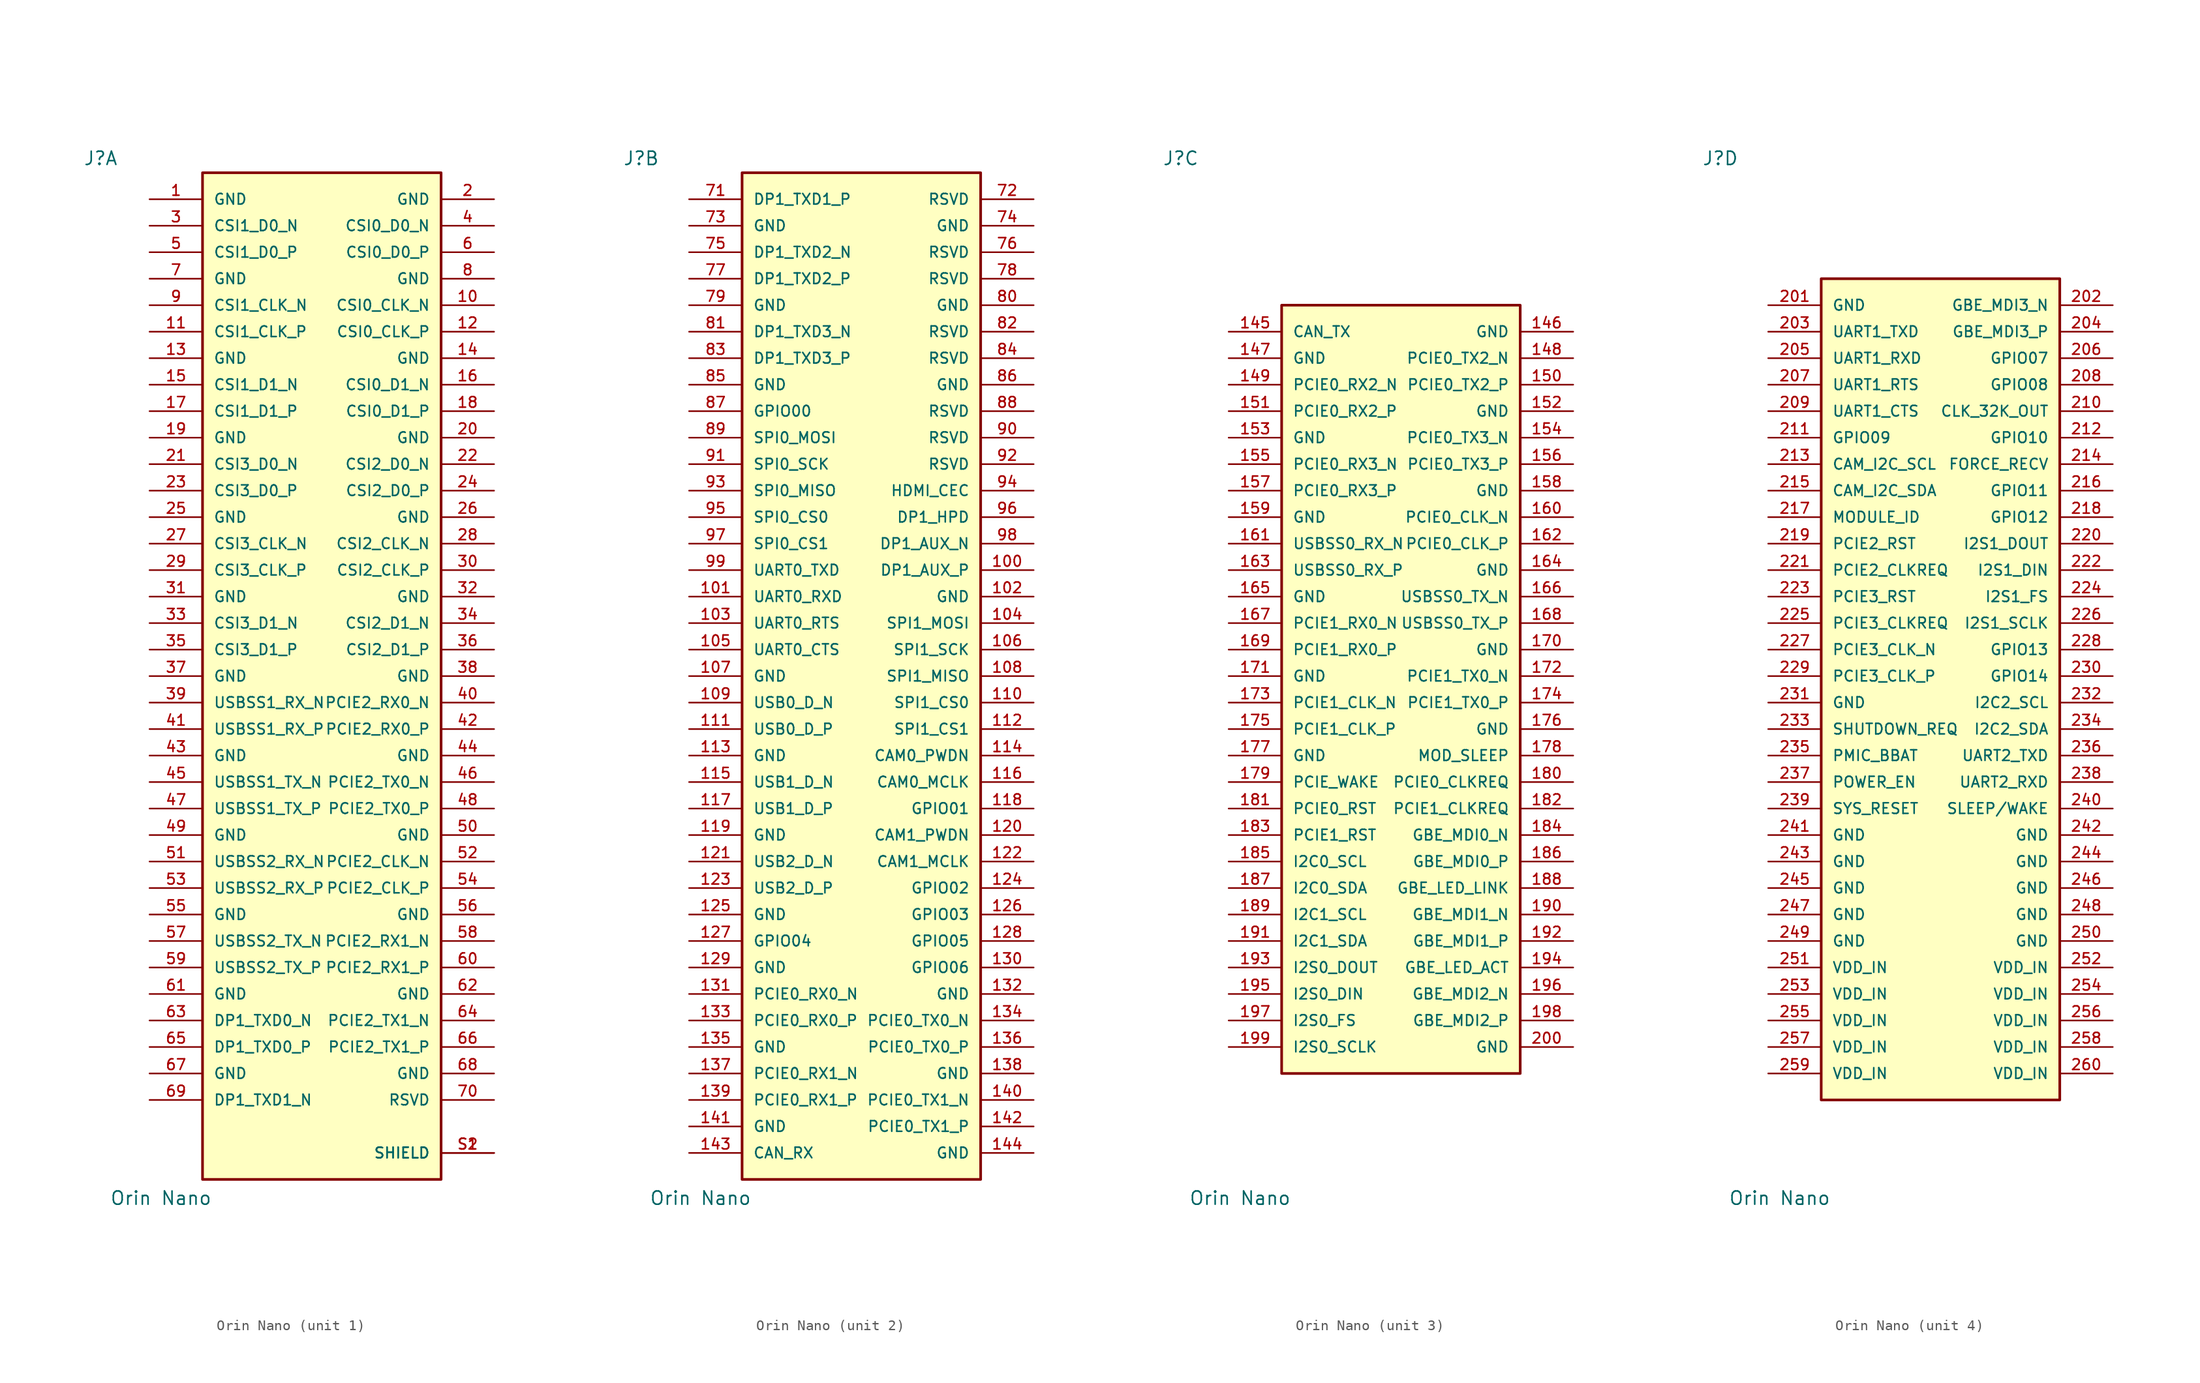
<source format=kicad_sym>
(kicad_symbol_lib
  (version 20231120)
  (generator "kicad_symbol_editor")
  (generator_version "8.0")
  (symbol "Orin Nano"
    (pin_names
      (offset 1.016))
    (property "Reference" "J"
      (at -22.86 48.895 0)
      (effects (font (size 1.27 1.27)) (justify left bottom)))
    (property "Value" "Orin Nano"
      (at -20.32 -50.8 0)
      (effects (font (size 1.27 1.27)) (justify left bottom)))
    (symbol "Orin Nano_1_0"
      (rectangle (start -11.43 48.26) (end 11.43 -48.26) (stroke (width 0.254) (type default)) (fill (type background)))
      (pin passive line (at -16.51 45.72 0) (length 5.08) (name "GND" (effects (font (size 1.016 1.016)))) (number "1" (effects (font (size 1.016 1.016)))))
      (pin passive line (at 16.51 35.56 180) (length 5.08) (name "CSI0_CLK_N" (effects (font (size 1.016 1.016)))) (number "10" (effects (font (size 1.016 1.016)))))
      (pin passive line (at -16.51 33.02 0) (length 5.08) (name "CSI1_CLK_P" (effects (font (size 1.016 1.016)))) (number "11" (effects (font (size 1.016 1.016)))))
      (pin passive line (at 16.51 33.02 180) (length 5.08) (name "CSI0_CLK_P" (effects (font (size 1.016 1.016)))) (number "12" (effects (font (size 1.016 1.016)))))
      (pin passive line (at -16.51 30.48 0) (length 5.08) (name "GND" (effects (font (size 1.016 1.016)))) (number "13" (effects (font (size 1.016 1.016)))))
      (pin passive line (at 16.51 30.48 180) (length 5.08) (name "GND" (effects (font (size 1.016 1.016)))) (number "14" (effects (font (size 1.016 1.016)))))
      (pin passive line (at -16.51 27.94 0) (length 5.08) (name "CSI1_D1_N" (effects (font (size 1.016 1.016)))) (number "15" (effects (font (size 1.016 1.016)))))
      (pin passive line (at 16.51 27.94 180) (length 5.08) (name "CSI0_D1_N" (effects (font (size 1.016 1.016)))) (number "16" (effects (font (size 1.016 1.016)))))
      (pin passive line (at -16.51 25.4 0) (length 5.08) (name "CSI1_D1_P" (effects (font (size 1.016 1.016)))) (number "17" (effects (font (size 1.016 1.016)))))
      (pin passive line (at 16.51 25.4 180) (length 5.08) (name "CSI0_D1_P" (effects (font (size 1.016 1.016)))) (number "18" (effects (font (size 1.016 1.016)))))
      (pin passive line (at -16.51 22.86 0) (length 5.08) (name "GND" (effects (font (size 1.016 1.016)))) (number "19" (effects (font (size 1.016 1.016)))))
      (pin passive line (at 16.51 45.72 180) (length 5.08) (name "GND" (effects (font (size 1.016 1.016)))) (number "2" (effects (font (size 1.016 1.016)))))
      (pin passive line (at 16.51 22.86 180) (length 5.08) (name "GND" (effects (font (size 1.016 1.016)))) (number "20" (effects (font (size 1.016 1.016)))))
      (pin passive line (at -16.51 20.32 0) (length 5.08) (name "CSI3_D0_N" (effects (font (size 1.016 1.016)))) (number "21" (effects (font (size 1.016 1.016)))))
      (pin passive line (at 16.51 20.32 180) (length 5.08) (name "CSI2_D0_N" (effects (font (size 1.016 1.016)))) (number "22" (effects (font (size 1.016 1.016)))))
      (pin passive line (at -16.51 17.78 0) (length 5.08) (name "CSI3_D0_P" (effects (font (size 1.016 1.016)))) (number "23" (effects (font (size 1.016 1.016)))))
      (pin passive line (at 16.51 17.78 180) (length 5.08) (name "CSI2_D0_P" (effects (font (size 1.016 1.016)))) (number "24" (effects (font (size 1.016 1.016)))))
      (pin passive line (at -16.51 15.24 0) (length 5.08) (name "GND" (effects (font (size 1.016 1.016)))) (number "25" (effects (font (size 1.016 1.016)))))
      (pin passive line (at 16.51 15.24 180) (length 5.08) (name "GND" (effects (font (size 1.016 1.016)))) (number "26" (effects (font (size 1.016 1.016)))))
      (pin passive line (at -16.51 12.7 0) (length 5.08) (name "CSI3_CLK_N" (effects (font (size 1.016 1.016)))) (number "27" (effects (font (size 1.016 1.016)))))
      (pin passive line (at 16.51 12.7 180) (length 5.08) (name "CSI2_CLK_N" (effects (font (size 1.016 1.016)))) (number "28" (effects (font (size 1.016 1.016)))))
      (pin passive line (at -16.51 10.16 0) (length 5.08) (name "CSI3_CLK_P" (effects (font (size 1.016 1.016)))) (number "29" (effects (font (size 1.016 1.016)))))
      (pin passive line (at -16.51 43.18 0) (length 5.08) (name "CSI1_D0_N" (effects (font (size 1.016 1.016)))) (number "3" (effects (font (size 1.016 1.016)))))
      (pin passive line (at 16.51 10.16 180) (length 5.08) (name "CSI2_CLK_P" (effects (font (size 1.016 1.016)))) (number "30" (effects (font (size 1.016 1.016)))))
      (pin passive line (at -16.51 7.62 0) (length 5.08) (name "GND" (effects (font (size 1.016 1.016)))) (number "31" (effects (font (size 1.016 1.016)))))
      (pin passive line (at 16.51 7.62 180) (length 5.08) (name "GND" (effects (font (size 1.016 1.016)))) (number "32" (effects (font (size 1.016 1.016)))))
      (pin passive line (at -16.51 5.08 0) (length 5.08) (name "CSI3_D1_N" (effects (font (size 1.016 1.016)))) (number "33" (effects (font (size 1.016 1.016)))))
      (pin passive line (at 16.51 5.08 180) (length 5.08) (name "CSI2_D1_N" (effects (font (size 1.016 1.016)))) (number "34" (effects (font (size 1.016 1.016)))))
      (pin passive line (at -16.51 2.54 0) (length 5.08) (name "CSI3_D1_P" (effects (font (size 1.016 1.016)))) (number "35" (effects (font (size 1.016 1.016)))))
      (pin passive line (at 16.51 2.54 180) (length 5.08) (name "CSI2_D1_P" (effects (font (size 1.016 1.016)))) (number "36" (effects (font (size 1.016 1.016)))))
      (pin passive line (at -16.51 0 0) (length 5.08) (name "GND" (effects (font (size 1.016 1.016)))) (number "37" (effects (font (size 1.016 1.016)))))
      (pin passive line (at 16.51 0 180) (length 5.08) (name "GND" (effects (font (size 1.016 1.016)))) (number "38" (effects (font (size 1.016 1.016)))))
      (pin passive line (at -16.51 -2.54 0) (length 5.08) (name "USBSS1_RX_N" (effects (font (size 1.016 1.016)))) (number "39" (effects (font (size 1.016 1.016)))))
      (pin passive line (at 16.51 43.18 180) (length 5.08) (name "CSI0_D0_N" (effects (font (size 1.016 1.016)))) (number "4" (effects (font (size 1.016 1.016)))))
      (pin passive line (at 16.51 -2.54 180) (length 5.08) (name "PCIE2_RX0_N" (effects (font (size 1.016 1.016)))) (number "40" (effects (font (size 1.016 1.016)))))
      (pin passive line (at -16.51 -5.08 0) (length 5.08) (name "USBSS1_RX_P" (effects (font (size 1.016 1.016)))) (number "41" (effects (font (size 1.016 1.016)))))
      (pin passive line (at 16.51 -5.08 180) (length 5.08) (name "PCIE2_RX0_P" (effects (font (size 1.016 1.016)))) (number "42" (effects (font (size 1.016 1.016)))))
      (pin passive line (at -16.51 -7.62 0) (length 5.08) (name "GND" (effects (font (size 1.016 1.016)))) (number "43" (effects (font (size 1.016 1.016)))))
      (pin passive line (at 16.51 -7.62 180) (length 5.08) (name "GND" (effects (font (size 1.016 1.016)))) (number "44" (effects (font (size 1.016 1.016)))))
      (pin passive line (at -16.51 -10.16 0) (length 5.08) (name "USBSS1_TX_N" (effects (font (size 1.016 1.016)))) (number "45" (effects (font (size 1.016 1.016)))))
      (pin passive line (at 16.51 -10.16 180) (length 5.08) (name "PCIE2_TX0_N" (effects (font (size 1.016 1.016)))) (number "46" (effects (font (size 1.016 1.016)))))
      (pin passive line (at -16.51 -12.7 0) (length 5.08) (name "USBSS1_TX_P" (effects (font (size 1.016 1.016)))) (number "47" (effects (font (size 1.016 1.016)))))
      (pin passive line (at 16.51 -12.7 180) (length 5.08) (name "PCIE2_TX0_P" (effects (font (size 1.016 1.016)))) (number "48" (effects (font (size 1.016 1.016)))))
      (pin passive line (at -16.51 -15.24 0) (length 5.08) (name "GND" (effects (font (size 1.016 1.016)))) (number "49" (effects (font (size 1.016 1.016)))))
      (pin passive line (at -16.51 40.64 0) (length 5.08) (name "CSI1_D0_P" (effects (font (size 1.016 1.016)))) (number "5" (effects (font (size 1.016 1.016)))))
      (pin passive line (at 16.51 -15.24 180) (length 5.08) (name "GND" (effects (font (size 1.016 1.016)))) (number "50" (effects (font (size 1.016 1.016)))))
      (pin passive line (at -16.51 -17.78 0) (length 5.08) (name "USBSS2_RX_N" (effects (font (size 1.016 1.016)))) (number "51" (effects (font (size 1.016 1.016)))))
      (pin passive line (at 16.51 -17.78 180) (length 5.08) (name "PCIE2_CLK_N" (effects (font (size 1.016 1.016)))) (number "52" (effects (font (size 1.016 1.016)))))
      (pin passive line (at -16.51 -20.32 0) (length 5.08) (name "USBSS2_RX_P" (effects (font (size 1.016 1.016)))) (number "53" (effects (font (size 1.016 1.016)))))
      (pin passive line (at 16.51 -20.32 180) (length 5.08) (name "PCIE2_CLK_P" (effects (font (size 1.016 1.016)))) (number "54" (effects (font (size 1.016 1.016)))))
      (pin passive line (at -16.51 -22.86 0) (length 5.08) (name "GND" (effects (font (size 1.016 1.016)))) (number "55" (effects (font (size 1.016 1.016)))))
      (pin passive line (at 16.51 -22.86 180) (length 5.08) (name "GND" (effects (font (size 1.016 1.016)))) (number "56" (effects (font (size 1.016 1.016)))))
      (pin passive line (at -16.51 -25.4 0) (length 5.08) (name "USBSS2_TX_N" (effects (font (size 1.016 1.016)))) (number "57" (effects (font (size 1.016 1.016)))))
      (pin passive line (at 16.51 -25.4 180) (length 5.08) (name "PCIE2_RX1_N" (effects (font (size 1.016 1.016)))) (number "58" (effects (font (size 1.016 1.016)))))
      (pin passive line (at -16.51 -27.94 0) (length 5.08) (name "USBSS2_TX_P" (effects (font (size 1.016 1.016)))) (number "59" (effects (font (size 1.016 1.016)))))
      (pin passive line (at 16.51 40.64 180) (length 5.08) (name "CSI0_D0_P" (effects (font (size 1.016 1.016)))) (number "6" (effects (font (size 1.016 1.016)))))
      (pin passive line (at 16.51 -27.94 180) (length 5.08) (name "PCIE2_RX1_P" (effects (font (size 1.016 1.016)))) (number "60" (effects (font (size 1.016 1.016)))))
      (pin passive line (at -16.51 -30.48 0) (length 5.08) (name "GND" (effects (font (size 1.016 1.016)))) (number "61" (effects (font (size 1.016 1.016)))))
      (pin passive line (at 16.51 -30.48 180) (length 5.08) (name "GND" (effects (font (size 1.016 1.016)))) (number "62" (effects (font (size 1.016 1.016)))))
      (pin passive line (at -16.51 -33.02 0) (length 5.08) (name "DP1_TXD0_N" (effects (font (size 1.016 1.016)))) (number "63" (effects (font (size 1.016 1.016)))))
      (pin passive line (at 16.51 -33.02 180) (length 5.08) (name "PCIE2_TX1_N" (effects (font (size 1.016 1.016)))) (number "64" (effects (font (size 1.016 1.016)))))
      (pin passive line (at -16.51 -35.56 0) (length 5.08) (name "DP1_TXD0_P" (effects (font (size 1.016 1.016)))) (number "65" (effects (font (size 1.016 1.016)))))
      (pin passive line (at 16.51 -35.56 180) (length 5.08) (name "PCIE2_TX1_P" (effects (font (size 1.016 1.016)))) (number "66" (effects (font (size 1.016 1.016)))))
      (pin passive line (at -16.51 -38.1 0) (length 5.08) (name "GND" (effects (font (size 1.016 1.016)))) (number "67" (effects (font (size 1.016 1.016)))))
      (pin passive line (at 16.51 -38.1 180) (length 5.08) (name "GND" (effects (font (size 1.016 1.016)))) (number "68" (effects (font (size 1.016 1.016)))))
      (pin passive line (at -16.51 -40.64 0) (length 5.08) (name "DP1_TXD1_N" (effects (font (size 1.016 1.016)))) (number "69" (effects (font (size 1.016 1.016)))))
      (pin passive line (at -16.51 38.1 0) (length 5.08) (name "GND" (effects (font (size 1.016 1.016)))) (number "7" (effects (font (size 1.016 1.016)))))
      (pin passive line (at 16.51 -40.64 180) (length 5.08) (name "RSVD" (effects (font (size 1.016 1.016)))) (number "70" (effects (font (size 1.016 1.016)))))
      (pin passive line (at 16.51 38.1 180) (length 5.08) (name "GND" (effects (font (size 1.016 1.016)))) (number "8" (effects (font (size 1.016 1.016)))))
      (pin passive line (at -16.51 35.56 0) (length 5.08) (name "CSI1_CLK_N" (effects (font (size 1.016 1.016)))) (number "9" (effects (font (size 1.016 1.016)))))
      (pin passive line (at 16.51 -45.72 180) (length 5.08) (name "SHIELD" (effects (font (size 1.016 1.016)))) (number "S1" (effects (font (size 1.016 1.016)))))
      (pin passive line (at 16.51 -45.72 180) (length 5.08) (name "SHIELD" (effects (font (size 1.016 1.016)))) (number "S2" (effects (font (size 1.016 1.016))))))
    (symbol "Orin Nano_2_0"
      (rectangle (start -11.43 48.26) (end 11.43 -48.26) (stroke (width 0.254) (type default)) (fill (type background)))
      (pin passive line (at 16.51 10.16 180) (length 5.08) (name "DP1_AUX_P" (effects (font (size 1.016 1.016)))) (number "100" (effects (font (size 1.016 1.016)))))
      (pin passive line (at -16.51 7.62 0) (length 5.08) (name "UART0_RXD" (effects (font (size 1.016 1.016)))) (number "101" (effects (font (size 1.016 1.016)))))
      (pin passive line (at 16.51 7.62 180) (length 5.08) (name "GND" (effects (font (size 1.016 1.016)))) (number "102" (effects (font (size 1.016 1.016)))))
      (pin passive line (at -16.51 5.08 0) (length 5.08) (name "UART0_RTS" (effects (font (size 1.016 1.016)))) (number "103" (effects (font (size 1.016 1.016)))))
      (pin passive line (at 16.51 5.08 180) (length 5.08) (name "SPI1_MOSI" (effects (font (size 1.016 1.016)))) (number "104" (effects (font (size 1.016 1.016)))))
      (pin passive line (at -16.51 2.54 0) (length 5.08) (name "UART0_CTS" (effects (font (size 1.016 1.016)))) (number "105" (effects (font (size 1.016 1.016)))))
      (pin passive line (at 16.51 2.54 180) (length 5.08) (name "SPI1_SCK" (effects (font (size 1.016 1.016)))) (number "106" (effects (font (size 1.016 1.016)))))
      (pin passive line (at -16.51 0 0) (length 5.08) (name "GND" (effects (font (size 1.016 1.016)))) (number "107" (effects (font (size 1.016 1.016)))))
      (pin passive line (at 16.51 0 180) (length 5.08) (name "SPI1_MISO" (effects (font (size 1.016 1.016)))) (number "108" (effects (font (size 1.016 1.016)))))
      (pin passive line (at -16.51 -2.54 0) (length 5.08) (name "USB0_D_N" (effects (font (size 1.016 1.016)))) (number "109" (effects (font (size 1.016 1.016)))))
      (pin passive line (at 16.51 -2.54 180) (length 5.08) (name "SPI1_CS0" (effects (font (size 1.016 1.016)))) (number "110" (effects (font (size 1.016 1.016)))))
      (pin passive line (at -16.51 -5.08 0) (length 5.08) (name "USB0_D_P" (effects (font (size 1.016 1.016)))) (number "111" (effects (font (size 1.016 1.016)))))
      (pin passive line (at 16.51 -5.08 180) (length 5.08) (name "SPI1_CS1" (effects (font (size 1.016 1.016)))) (number "112" (effects (font (size 1.016 1.016)))))
      (pin passive line (at -16.51 -7.62 0) (length 5.08) (name "GND" (effects (font (size 1.016 1.016)))) (number "113" (effects (font (size 1.016 1.016)))))
      (pin passive line (at 16.51 -7.62 180) (length 5.08) (name "CAM0_PWDN" (effects (font (size 1.016 1.016)))) (number "114" (effects (font (size 1.016 1.016)))))
      (pin passive line (at -16.51 -10.16 0) (length 5.08) (name "USB1_D_N" (effects (font (size 1.016 1.016)))) (number "115" (effects (font (size 1.016 1.016)))))
      (pin passive line (at 16.51 -10.16 180) (length 5.08) (name "CAM0_MCLK" (effects (font (size 1.016 1.016)))) (number "116" (effects (font (size 1.016 1.016)))))
      (pin passive line (at -16.51 -12.7 0) (length 5.08) (name "USB1_D_P" (effects (font (size 1.016 1.016)))) (number "117" (effects (font (size 1.016 1.016)))))
      (pin passive line (at 16.51 -12.7 180) (length 5.08) (name "GPIO01" (effects (font (size 1.016 1.016)))) (number "118" (effects (font (size 1.016 1.016)))))
      (pin passive line (at -16.51 -15.24 0) (length 5.08) (name "GND" (effects (font (size 1.016 1.016)))) (number "119" (effects (font (size 1.016 1.016)))))
      (pin passive line (at 16.51 -15.24 180) (length 5.08) (name "CAM1_PWDN" (effects (font (size 1.016 1.016)))) (number "120" (effects (font (size 1.016 1.016)))))
      (pin passive line (at -16.51 -17.78 0) (length 5.08) (name "USB2_D_N" (effects (font (size 1.016 1.016)))) (number "121" (effects (font (size 1.016 1.016)))))
      (pin passive line (at 16.51 -17.78 180) (length 5.08) (name "CAM1_MCLK" (effects (font (size 1.016 1.016)))) (number "122" (effects (font (size 1.016 1.016)))))
      (pin passive line (at -16.51 -20.32 0) (length 5.08) (name "USB2_D_P" (effects (font (size 1.016 1.016)))) (number "123" (effects (font (size 1.016 1.016)))))
      (pin passive line (at 16.51 -20.32 180) (length 5.08) (name "GPIO02" (effects (font (size 1.016 1.016)))) (number "124" (effects (font (size 1.016 1.016)))))
      (pin passive line (at -16.51 -22.86 0) (length 5.08) (name "GND" (effects (font (size 1.016 1.016)))) (number "125" (effects (font (size 1.016 1.016)))))
      (pin passive line (at 16.51 -22.86 180) (length 5.08) (name "GPIO03" (effects (font (size 1.016 1.016)))) (number "126" (effects (font (size 1.016 1.016)))))
      (pin passive line (at -16.51 -25.4 0) (length 5.08) (name "GPIO04" (effects (font (size 1.016 1.016)))) (number "127" (effects (font (size 1.016 1.016)))))
      (pin passive line (at 16.51 -25.4 180) (length 5.08) (name "GPIO05" (effects (font (size 1.016 1.016)))) (number "128" (effects (font (size 1.016 1.016)))))
      (pin passive line (at -16.51 -27.94 0) (length 5.08) (name "GND" (effects (font (size 1.016 1.016)))) (number "129" (effects (font (size 1.016 1.016)))))
      (pin passive line (at 16.51 -27.94 180) (length 5.08) (name "GPIO06" (effects (font (size 1.016 1.016)))) (number "130" (effects (font (size 1.016 1.016)))))
      (pin passive line (at -16.51 -30.48 0) (length 5.08) (name "PCIE0_RX0_N" (effects (font (size 1.016 1.016)))) (number "131" (effects (font (size 1.016 1.016)))))
      (pin passive line (at 16.51 -30.48 180) (length 5.08) (name "GND" (effects (font (size 1.016 1.016)))) (number "132" (effects (font (size 1.016 1.016)))))
      (pin passive line (at -16.51 -33.02 0) (length 5.08) (name "PCIE0_RX0_P" (effects (font (size 1.016 1.016)))) (number "133" (effects (font (size 1.016 1.016)))))
      (pin passive line (at 16.51 -33.02 180) (length 5.08) (name "PCIE0_TX0_N" (effects (font (size 1.016 1.016)))) (number "134" (effects (font (size 1.016 1.016)))))
      (pin passive line (at -16.51 -35.56 0) (length 5.08) (name "GND" (effects (font (size 1.016 1.016)))) (number "135" (effects (font (size 1.016 1.016)))))
      (pin passive line (at 16.51 -35.56 180) (length 5.08) (name "PCIE0_TX0_P" (effects (font (size 1.016 1.016)))) (number "136" (effects (font (size 1.016 1.016)))))
      (pin passive line (at -16.51 -38.1 0) (length 5.08) (name "PCIE0_RX1_N" (effects (font (size 1.016 1.016)))) (number "137" (effects (font (size 1.016 1.016)))))
      (pin passive line (at 16.51 -38.1 180) (length 5.08) (name "GND" (effects (font (size 1.016 1.016)))) (number "138" (effects (font (size 1.016 1.016)))))
      (pin passive line (at -16.51 -40.64 0) (length 5.08) (name "PCIE0_RX1_P" (effects (font (size 1.016 1.016)))) (number "139" (effects (font (size 1.016 1.016)))))
      (pin passive line (at 16.51 -40.64 180) (length 5.08) (name "PCIE0_TX1_N" (effects (font (size 1.016 1.016)))) (number "140" (effects (font (size 1.016 1.016)))))
      (pin passive line (at -16.51 -43.18 0) (length 5.08) (name "GND" (effects (font (size 1.016 1.016)))) (number "141" (effects (font (size 1.016 1.016)))))
      (pin passive line (at 16.51 -43.18 180) (length 5.08) (name "PCIE0_TX1_P" (effects (font (size 1.016 1.016)))) (number "142" (effects (font (size 1.016 1.016)))))
      (pin passive line (at -16.51 -45.72 0) (length 5.08) (name "CAN_RX" (effects (font (size 1.016 1.016)))) (number "143" (effects (font (size 1.016 1.016)))))
      (pin passive line (at 16.51 -45.72 180) (length 5.08) (name "GND" (effects (font (size 1.016 1.016)))) (number "144" (effects (font (size 1.016 1.016)))))
      (pin passive line (at -16.51 45.72 0) (length 5.08) (name "DP1_TXD1_P" (effects (font (size 1.016 1.016)))) (number "71" (effects (font (size 1.016 1.016)))))
      (pin passive line (at 16.51 45.72 180) (length 5.08) (name "RSVD" (effects (font (size 1.016 1.016)))) (number "72" (effects (font (size 1.016 1.016)))))
      (pin passive line (at -16.51 43.18 0) (length 5.08) (name "GND" (effects (font (size 1.016 1.016)))) (number "73" (effects (font (size 1.016 1.016)))))
      (pin passive line (at 16.51 43.18 180) (length 5.08) (name "GND" (effects (font (size 1.016 1.016)))) (number "74" (effects (font (size 1.016 1.016)))))
      (pin passive line (at -16.51 40.64 0) (length 5.08) (name "DP1_TXD2_N" (effects (font (size 1.016 1.016)))) (number "75" (effects (font (size 1.016 1.016)))))
      (pin passive line (at 16.51 40.64 180) (length 5.08) (name "RSVD" (effects (font (size 1.016 1.016)))) (number "76" (effects (font (size 1.016 1.016)))))
      (pin passive line (at -16.51 38.1 0) (length 5.08) (name "DP1_TXD2_P" (effects (font (size 1.016 1.016)))) (number "77" (effects (font (size 1.016 1.016)))))
      (pin passive line (at 16.51 38.1 180) (length 5.08) (name "RSVD" (effects (font (size 1.016 1.016)))) (number "78" (effects (font (size 1.016 1.016)))))
      (pin passive line (at -16.51 35.56 0) (length 5.08) (name "GND" (effects (font (size 1.016 1.016)))) (number "79" (effects (font (size 1.016 1.016)))))
      (pin passive line (at 16.51 35.56 180) (length 5.08) (name "GND" (effects (font (size 1.016 1.016)))) (number "80" (effects (font (size 1.016 1.016)))))
      (pin passive line (at -16.51 33.02 0) (length 5.08) (name "DP1_TXD3_N" (effects (font (size 1.016 1.016)))) (number "81" (effects (font (size 1.016 1.016)))))
      (pin passive line (at 16.51 33.02 180) (length 5.08) (name "RSVD" (effects (font (size 1.016 1.016)))) (number "82" (effects (font (size 1.016 1.016)))))
      (pin passive line (at -16.51 30.48 0) (length 5.08) (name "DP1_TXD3_P" (effects (font (size 1.016 1.016)))) (number "83" (effects (font (size 1.016 1.016)))))
      (pin passive line (at 16.51 30.48 180) (length 5.08) (name "RSVD" (effects (font (size 1.016 1.016)))) (number "84" (effects (font (size 1.016 1.016)))))
      (pin passive line (at -16.51 27.94 0) (length 5.08) (name "GND" (effects (font (size 1.016 1.016)))) (number "85" (effects (font (size 1.016 1.016)))))
      (pin passive line (at 16.51 27.94 180) (length 5.08) (name "GND" (effects (font (size 1.016 1.016)))) (number "86" (effects (font (size 1.016 1.016)))))
      (pin passive line (at -16.51 25.4 0) (length 5.08) (name "GPIO00" (effects (font (size 1.016 1.016)))) (number "87" (effects (font (size 1.016 1.016)))))
      (pin passive line (at 16.51 25.4 180) (length 5.08) (name "RSVD" (effects (font (size 1.016 1.016)))) (number "88" (effects (font (size 1.016 1.016)))))
      (pin passive line (at -16.51 22.86 0) (length 5.08) (name "SPI0_MOSI" (effects (font (size 1.016 1.016)))) (number "89" (effects (font (size 1.016 1.016)))))
      (pin passive line (at 16.51 22.86 180) (length 5.08) (name "RSVD" (effects (font (size 1.016 1.016)))) (number "90" (effects (font (size 1.016 1.016)))))
      (pin passive line (at -16.51 20.32 0) (length 5.08) (name "SPI0_SCK" (effects (font (size 1.016 1.016)))) (number "91" (effects (font (size 1.016 1.016)))))
      (pin passive line (at 16.51 20.32 180) (length 5.08) (name "RSVD" (effects (font (size 1.016 1.016)))) (number "92" (effects (font (size 1.016 1.016)))))
      (pin passive line (at -16.51 17.78 0) (length 5.08) (name "SPI0_MISO" (effects (font (size 1.016 1.016)))) (number "93" (effects (font (size 1.016 1.016)))))
      (pin passive line (at 16.51 17.78 180) (length 5.08) (name "HDMI_CEC" (effects (font (size 1.016 1.016)))) (number "94" (effects (font (size 1.016 1.016)))))
      (pin passive line (at -16.51 15.24 0) (length 5.08) (name "SPI0_CS0" (effects (font (size 1.016 1.016)))) (number "95" (effects (font (size 1.016 1.016)))))
      (pin passive line (at 16.51 15.24 180) (length 5.08) (name "DP1_HPD" (effects (font (size 1.016 1.016)))) (number "96" (effects (font (size 1.016 1.016)))))
      (pin passive line (at -16.51 12.7 0) (length 5.08) (name "SPI0_CS1" (effects (font (size 1.016 1.016)))) (number "97" (effects (font (size 1.016 1.016)))))
      (pin passive line (at 16.51 12.7 180) (length 5.08) (name "DP1_AUX_N" (effects (font (size 1.016 1.016)))) (number "98" (effects (font (size 1.016 1.016)))))
      (pin passive line (at -16.51 10.16 0) (length 5.08) (name "UART0_TXD" (effects (font (size 1.016 1.016)))) (number "99" (effects (font (size 1.016 1.016))))))
    (symbol "Orin Nano_3_0"
      (rectangle (start -11.43 35.56) (end 11.43 -38.1) (stroke (width 0.254) (type default)) (fill (type background)))
      (pin passive line (at -16.51 33.02 0) (length 5.08) (name "CAN_TX" (effects (font (size 1.016 1.016)))) (number "145" (effects (font (size 1.016 1.016)))))
      (pin passive line (at 16.51 33.02 180) (length 5.08) (name "GND" (effects (font (size 1.016 1.016)))) (number "146" (effects (font (size 1.016 1.016)))))
      (pin passive line (at -16.51 30.48 0) (length 5.08) (name "GND" (effects (font (size 1.016 1.016)))) (number "147" (effects (font (size 1.016 1.016)))))
      (pin passive line (at 16.51 30.48 180) (length 5.08) (name "PCIE0_TX2_N" (effects (font (size 1.016 1.016)))) (number "148" (effects (font (size 1.016 1.016)))))
      (pin passive line (at -16.51 27.94 0) (length 5.08) (name "PCIE0_RX2_N" (effects (font (size 1.016 1.016)))) (number "149" (effects (font (size 1.016 1.016)))))
      (pin passive line (at 16.51 27.94 180) (length 5.08) (name "PCIE0_TX2_P" (effects (font (size 1.016 1.016)))) (number "150" (effects (font (size 1.016 1.016)))))
      (pin passive line (at -16.51 25.4 0) (length 5.08) (name "PCIE0_RX2_P" (effects (font (size 1.016 1.016)))) (number "151" (effects (font (size 1.016 1.016)))))
      (pin passive line (at 16.51 25.4 180) (length 5.08) (name "GND" (effects (font (size 1.016 1.016)))) (number "152" (effects (font (size 1.016 1.016)))))
      (pin passive line (at -16.51 22.86 0) (length 5.08) (name "GND" (effects (font (size 1.016 1.016)))) (number "153" (effects (font (size 1.016 1.016)))))
      (pin passive line (at 16.51 22.86 180) (length 5.08) (name "PCIE0_TX3_N" (effects (font (size 1.016 1.016)))) (number "154" (effects (font (size 1.016 1.016)))))
      (pin passive line (at -16.51 20.32 0) (length 5.08) (name "PCIE0_RX3_N" (effects (font (size 1.016 1.016)))) (number "155" (effects (font (size 1.016 1.016)))))
      (pin passive line (at 16.51 20.32 180) (length 5.08) (name "PCIE0_TX3_P" (effects (font (size 1.016 1.016)))) (number "156" (effects (font (size 1.016 1.016)))))
      (pin passive line (at -16.51 17.78 0) (length 5.08) (name "PCIE0_RX3_P" (effects (font (size 1.016 1.016)))) (number "157" (effects (font (size 1.016 1.016)))))
      (pin passive line (at 16.51 17.78 180) (length 5.08) (name "GND" (effects (font (size 1.016 1.016)))) (number "158" (effects (font (size 1.016 1.016)))))
      (pin passive line (at -16.51 15.24 0) (length 5.08) (name "GND" (effects (font (size 1.016 1.016)))) (number "159" (effects (font (size 1.016 1.016)))))
      (pin passive line (at 16.51 15.24 180) (length 5.08) (name "PCIE0_CLK_N" (effects (font (size 1.016 1.016)))) (number "160" (effects (font (size 1.016 1.016)))))
      (pin passive line (at -16.51 12.7 0) (length 5.08) (name "USBSS0_RX_N" (effects (font (size 1.016 1.016)))) (number "161" (effects (font (size 1.016 1.016)))))
      (pin passive line (at 16.51 12.7 180) (length 5.08) (name "PCIE0_CLK_P" (effects (font (size 1.016 1.016)))) (number "162" (effects (font (size 1.016 1.016)))))
      (pin passive line (at -16.51 10.16 0) (length 5.08) (name "USBSS0_RX_P" (effects (font (size 1.016 1.016)))) (number "163" (effects (font (size 1.016 1.016)))))
      (pin passive line (at 16.51 10.16 180) (length 5.08) (name "GND" (effects (font (size 1.016 1.016)))) (number "164" (effects (font (size 1.016 1.016)))))
      (pin passive line (at -16.51 7.62 0) (length 5.08) (name "GND" (effects (font (size 1.016 1.016)))) (number "165" (effects (font (size 1.016 1.016)))))
      (pin passive line (at 16.51 7.62 180) (length 5.08) (name "USBSS0_TX_N" (effects (font (size 1.016 1.016)))) (number "166" (effects (font (size 1.016 1.016)))))
      (pin passive line (at -16.51 5.08 0) (length 5.08) (name "PCIE1_RX0_N" (effects (font (size 1.016 1.016)))) (number "167" (effects (font (size 1.016 1.016)))))
      (pin passive line (at 16.51 5.08 180) (length 5.08) (name "USBSS0_TX_P" (effects (font (size 1.016 1.016)))) (number "168" (effects (font (size 1.016 1.016)))))
      (pin passive line (at -16.51 2.54 0) (length 5.08) (name "PCIE1_RX0_P" (effects (font (size 1.016 1.016)))) (number "169" (effects (font (size 1.016 1.016)))))
      (pin passive line (at 16.51 2.54 180) (length 5.08) (name "GND" (effects (font (size 1.016 1.016)))) (number "170" (effects (font (size 1.016 1.016)))))
      (pin passive line (at -16.51 0 0) (length 5.08) (name "GND" (effects (font (size 1.016 1.016)))) (number "171" (effects (font (size 1.016 1.016)))))
      (pin passive line (at 16.51 0 180) (length 5.08) (name "PCIE1_TX0_N" (effects (font (size 1.016 1.016)))) (number "172" (effects (font (size 1.016 1.016)))))
      (pin passive line (at -16.51 -2.54 0) (length 5.08) (name "PCIE1_CLK_N" (effects (font (size 1.016 1.016)))) (number "173" (effects (font (size 1.016 1.016)))))
      (pin passive line (at 16.51 -2.54 180) (length 5.08) (name "PCIE1_TX0_P" (effects (font (size 1.016 1.016)))) (number "174" (effects (font (size 1.016 1.016)))))
      (pin passive line (at -16.51 -5.08 0) (length 5.08) (name "PCIE1_CLK_P" (effects (font (size 1.016 1.016)))) (number "175" (effects (font (size 1.016 1.016)))))
      (pin passive line (at 16.51 -5.08 180) (length 5.08) (name "GND" (effects (font (size 1.016 1.016)))) (number "176" (effects (font (size 1.016 1.016)))))
      (pin passive line (at -16.51 -7.62 0) (length 5.08) (name "GND" (effects (font (size 1.016 1.016)))) (number "177" (effects (font (size 1.016 1.016)))))
      (pin passive line (at 16.51 -7.62 180) (length 5.08) (name "MOD_SLEEP" (effects (font (size 1.016 1.016)))) (number "178" (effects (font (size 1.016 1.016)))))
      (pin passive line (at -16.51 -10.16 0) (length 5.08) (name "PCIE_WAKE" (effects (font (size 1.016 1.016)))) (number "179" (effects (font (size 1.016 1.016)))))
      (pin passive line (at 16.51 -10.16 180) (length 5.08) (name "PCIE0_CLKREQ" (effects (font (size 1.016 1.016)))) (number "180" (effects (font (size 1.016 1.016)))))
      (pin passive line (at -16.51 -12.7 0) (length 5.08) (name "PCIE0_RST" (effects (font (size 1.016 1.016)))) (number "181" (effects (font (size 1.016 1.016)))))
      (pin passive line (at 16.51 -12.7 180) (length 5.08) (name "PCIE1_CLKREQ" (effects (font (size 1.016 1.016)))) (number "182" (effects (font (size 1.016 1.016)))))
      (pin passive line (at -16.51 -15.24 0) (length 5.08) (name "PCIE1_RST" (effects (font (size 1.016 1.016)))) (number "183" (effects (font (size 1.016 1.016)))))
      (pin passive line (at 16.51 -15.24 180) (length 5.08) (name "GBE_MDI0_N" (effects (font (size 1.016 1.016)))) (number "184" (effects (font (size 1.016 1.016)))))
      (pin passive line (at -16.51 -17.78 0) (length 5.08) (name "I2C0_SCL" (effects (font (size 1.016 1.016)))) (number "185" (effects (font (size 1.016 1.016)))))
      (pin passive line (at 16.51 -17.78 180) (length 5.08) (name "GBE_MDI0_P" (effects (font (size 1.016 1.016)))) (number "186" (effects (font (size 1.016 1.016)))))
      (pin passive line (at -16.51 -20.32 0) (length 5.08) (name "I2C0_SDA" (effects (font (size 1.016 1.016)))) (number "187" (effects (font (size 1.016 1.016)))))
      (pin passive line (at 16.51 -20.32 180) (length 5.08) (name "GBE_LED_LINK" (effects (font (size 1.016 1.016)))) (number "188" (effects (font (size 1.016 1.016)))))
      (pin passive line (at -16.51 -22.86 0) (length 5.08) (name "I2C1_SCL" (effects (font (size 1.016 1.016)))) (number "189" (effects (font (size 1.016 1.016)))))
      (pin passive line (at 16.51 -22.86 180) (length 5.08) (name "GBE_MDI1_N" (effects (font (size 1.016 1.016)))) (number "190" (effects (font (size 1.016 1.016)))))
      (pin passive line (at -16.51 -25.4 0) (length 5.08) (name "I2C1_SDA" (effects (font (size 1.016 1.016)))) (number "191" (effects (font (size 1.016 1.016)))))
      (pin passive line (at 16.51 -25.4 180) (length 5.08) (name "GBE_MDI1_P" (effects (font (size 1.016 1.016)))) (number "192" (effects (font (size 1.016 1.016)))))
      (pin passive line (at -16.51 -27.94 0) (length 5.08) (name "I2S0_DOUT" (effects (font (size 1.016 1.016)))) (number "193" (effects (font (size 1.016 1.016)))))
      (pin passive line (at 16.51 -27.94 180) (length 5.08) (name "GBE_LED_ACT" (effects (font (size 1.016 1.016)))) (number "194" (effects (font (size 1.016 1.016)))))
      (pin passive line (at -16.51 -30.48 0) (length 5.08) (name "I2S0_DIN" (effects (font (size 1.016 1.016)))) (number "195" (effects (font (size 1.016 1.016)))))
      (pin passive line (at 16.51 -30.48 180) (length 5.08) (name "GBE_MDI2_N" (effects (font (size 1.016 1.016)))) (number "196" (effects (font (size 1.016 1.016)))))
      (pin passive line (at -16.51 -33.02 0) (length 5.08) (name "I2S0_FS" (effects (font (size 1.016 1.016)))) (number "197" (effects (font (size 1.016 1.016)))))
      (pin passive line (at 16.51 -33.02 180) (length 5.08) (name "GBE_MDI2_P" (effects (font (size 1.016 1.016)))) (number "198" (effects (font (size 1.016 1.016)))))
      (pin passive line (at -16.51 -35.56 0) (length 5.08) (name "I2S0_SCLK" (effects (font (size 1.016 1.016)))) (number "199" (effects (font (size 1.016 1.016)))))
      (pin passive line (at 16.51 -35.56 180) (length 5.08) (name "GND" (effects (font (size 1.016 1.016)))) (number "200" (effects (font (size 1.016 1.016))))))
    (symbol "Orin Nano_4_0"
      (rectangle (start -11.43 38.1) (end 11.43 -40.64) (stroke (width 0.254) (type default)) (fill (type background)))
      (pin passive line (at -16.51 35.56 0) (length 5.08) (name "GND" (effects (font (size 1.016 1.016)))) (number "201" (effects (font (size 1.016 1.016)))))
      (pin passive line (at 16.51 35.56 180) (length 5.08) (name "GBE_MDI3_N" (effects (font (size 1.016 1.016)))) (number "202" (effects (font (size 1.016 1.016)))))
      (pin passive line (at -16.51 33.02 0) (length 5.08) (name "UART1_TXD" (effects (font (size 1.016 1.016)))) (number "203" (effects (font (size 1.016 1.016)))))
      (pin passive line (at 16.51 33.02 180) (length 5.08) (name "GBE_MDI3_P" (effects (font (size 1.016 1.016)))) (number "204" (effects (font (size 1.016 1.016)))))
      (pin passive line (at -16.51 30.48 0) (length 5.08) (name "UART1_RXD" (effects (font (size 1.016 1.016)))) (number "205" (effects (font (size 1.016 1.016)))))
      (pin passive line (at 16.51 30.48 180) (length 5.08) (name "GPIO07" (effects (font (size 1.016 1.016)))) (number "206" (effects (font (size 1.016 1.016)))))
      (pin passive line (at -16.51 27.94 0) (length 5.08) (name "UART1_RTS" (effects (font (size 1.016 1.016)))) (number "207" (effects (font (size 1.016 1.016)))))
      (pin passive line (at 16.51 27.94 180) (length 5.08) (name "GPIO08" (effects (font (size 1.016 1.016)))) (number "208" (effects (font (size 1.016 1.016)))))
      (pin passive line (at -16.51 25.4 0) (length 5.08) (name "UART1_CTS" (effects (font (size 1.016 1.016)))) (number "209" (effects (font (size 1.016 1.016)))))
      (pin passive line (at 16.51 25.4 180) (length 5.08) (name "CLK_32K_OUT" (effects (font (size 1.016 1.016)))) (number "210" (effects (font (size 1.016 1.016)))))
      (pin passive line (at -16.51 22.86 0) (length 5.08) (name "GPIO09" (effects (font (size 1.016 1.016)))) (number "211" (effects (font (size 1.016 1.016)))))
      (pin passive line (at 16.51 22.86 180) (length 5.08) (name "GPIO10" (effects (font (size 1.016 1.016)))) (number "212" (effects (font (size 1.016 1.016)))))
      (pin passive line (at -16.51 20.32 0) (length 5.08) (name "CAM_I2C_SCL" (effects (font (size 1.016 1.016)))) (number "213" (effects (font (size 1.016 1.016)))))
      (pin passive line (at 16.51 20.32 180) (length 5.08) (name "FORCE_RECV" (effects (font (size 1.016 1.016)))) (number "214" (effects (font (size 1.016 1.016)))))
      (pin passive line (at -16.51 17.78 0) (length 5.08) (name "CAM_I2C_SDA" (effects (font (size 1.016 1.016)))) (number "215" (effects (font (size 1.016 1.016)))))
      (pin passive line (at 16.51 17.78 180) (length 5.08) (name "GPIO11" (effects (font (size 1.016 1.016)))) (number "216" (effects (font (size 1.016 1.016)))))
      (pin passive line (at -16.51 15.24 0) (length 5.08) (name "MODULE_ID" (effects (font (size 1.016 1.016)))) (number "217" (effects (font (size 1.016 1.016)))))
      (pin passive line (at 16.51 15.24 180) (length 5.08) (name "GPIO12" (effects (font (size 1.016 1.016)))) (number "218" (effects (font (size 1.016 1.016)))))
      (pin passive line (at -16.51 12.7 0) (length 5.08) (name "PCIE2_RST" (effects (font (size 1.016 1.016)))) (number "219" (effects (font (size 1.016 1.016)))))
      (pin passive line (at 16.51 12.7 180) (length 5.08) (name "I2S1_DOUT" (effects (font (size 1.016 1.016)))) (number "220" (effects (font (size 1.016 1.016)))))
      (pin passive line (at -16.51 10.16 0) (length 5.08) (name "PCIE2_CLKREQ" (effects (font (size 1.016 1.016)))) (number "221" (effects (font (size 1.016 1.016)))))
      (pin passive line (at 16.51 10.16 180) (length 5.08) (name "I2S1_DIN" (effects (font (size 1.016 1.016)))) (number "222" (effects (font (size 1.016 1.016)))))
      (pin passive line (at -16.51 7.62 0) (length 5.08) (name "PCIE3_RST" (effects (font (size 1.016 1.016)))) (number "223" (effects (font (size 1.016 1.016)))))
      (pin passive line (at 16.51 7.62 180) (length 5.08) (name "I2S1_FS" (effects (font (size 1.016 1.016)))) (number "224" (effects (font (size 1.016 1.016)))))
      (pin passive line (at -16.51 5.08 0) (length 5.08) (name "PCIE3_CLKREQ" (effects (font (size 1.016 1.016)))) (number "225" (effects (font (size 1.016 1.016)))))
      (pin passive line (at 16.51 5.08 180) (length 5.08) (name "I2S1_SCLK" (effects (font (size 1.016 1.016)))) (number "226" (effects (font (size 1.016 1.016)))))
      (pin passive line (at -16.51 2.54 0) (length 5.08) (name "PCIE3_CLK_N" (effects (font (size 1.016 1.016)))) (number "227" (effects (font (size 1.016 1.016)))))
      (pin passive line (at 16.51 2.54 180) (length 5.08) (name "GPIO13" (effects (font (size 1.016 1.016)))) (number "228" (effects (font (size 1.016 1.016)))))
      (pin passive line (at -16.51 0 0) (length 5.08) (name "PCIE3_CLK_P" (effects (font (size 1.016 1.016)))) (number "229" (effects (font (size 1.016 1.016)))))
      (pin passive line (at 16.51 0 180) (length 5.08) (name "GPIO14" (effects (font (size 1.016 1.016)))) (number "230" (effects (font (size 1.016 1.016)))))
      (pin passive line (at -16.51 -2.54 0) (length 5.08) (name "GND" (effects (font (size 1.016 1.016)))) (number "231" (effects (font (size 1.016 1.016)))))
      (pin passive line (at 16.51 -2.54 180) (length 5.08) (name "I2C2_SCL" (effects (font (size 1.016 1.016)))) (number "232" (effects (font (size 1.016 1.016)))))
      (pin passive line (at -16.51 -5.08 0) (length 5.08) (name "SHUTDOWN_REQ" (effects (font (size 1.016 1.016)))) (number "233" (effects (font (size 1.016 1.016)))))
      (pin passive line (at 16.51 -5.08 180) (length 5.08) (name "I2C2_SDA" (effects (font (size 1.016 1.016)))) (number "234" (effects (font (size 1.016 1.016)))))
      (pin passive line (at -16.51 -7.62 0) (length 5.08) (name "PMIC_BBAT" (effects (font (size 1.016 1.016)))) (number "235" (effects (font (size 1.016 1.016)))))
      (pin passive line (at 16.51 -7.62 180) (length 5.08) (name "UART2_TXD" (effects (font (size 1.016 1.016)))) (number "236" (effects (font (size 1.016 1.016)))))
      (pin passive line (at -16.51 -10.16 0) (length 5.08) (name "POWER_EN" (effects (font (size 1.016 1.016)))) (number "237" (effects (font (size 1.016 1.016)))))
      (pin passive line (at 16.51 -10.16 180) (length 5.08) (name "UART2_RXD" (effects (font (size 1.016 1.016)))) (number "238" (effects (font (size 1.016 1.016)))))
      (pin passive line (at -16.51 -12.7 0) (length 5.08) (name "SYS_RESET" (effects (font (size 1.016 1.016)))) (number "239" (effects (font (size 1.016 1.016)))))
      (pin passive line (at 16.51 -12.7 180) (length 5.08) (name "SLEEP/WAKE" (effects (font (size 1.016 1.016)))) (number "240" (effects (font (size 1.016 1.016)))))
      (pin passive line (at -16.51 -15.24 0) (length 5.08) (name "GND" (effects (font (size 1.016 1.016)))) (number "241" (effects (font (size 1.016 1.016)))))
      (pin passive line (at 16.51 -15.24 180) (length 5.08) (name "GND" (effects (font (size 1.016 1.016)))) (number "242" (effects (font (size 1.016 1.016)))))
      (pin passive line (at -16.51 -17.78 0) (length 5.08) (name "GND" (effects (font (size 1.016 1.016)))) (number "243" (effects (font (size 1.016 1.016)))))
      (pin passive line (at 16.51 -17.78 180) (length 5.08) (name "GND" (effects (font (size 1.016 1.016)))) (number "244" (effects (font (size 1.016 1.016)))))
      (pin passive line (at -16.51 -20.32 0) (length 5.08) (name "GND" (effects (font (size 1.016 1.016)))) (number "245" (effects (font (size 1.016 1.016)))))
      (pin passive line (at 16.51 -20.32 180) (length 5.08) (name "GND" (effects (font (size 1.016 1.016)))) (number "246" (effects (font (size 1.016 1.016)))))
      (pin passive line (at -16.51 -22.86 0) (length 5.08) (name "GND" (effects (font (size 1.016 1.016)))) (number "247" (effects (font (size 1.016 1.016)))))
      (pin passive line (at 16.51 -22.86 180) (length 5.08) (name "GND" (effects (font (size 1.016 1.016)))) (number "248" (effects (font (size 1.016 1.016)))))
      (pin passive line (at -16.51 -25.4 0) (length 5.08) (name "GND" (effects (font (size 1.016 1.016)))) (number "249" (effects (font (size 1.016 1.016)))))
      (pin passive line (at 16.51 -25.4 180) (length 5.08) (name "GND" (effects (font (size 1.016 1.016)))) (number "250" (effects (font (size 1.016 1.016)))))
      (pin passive line (at -16.51 -27.94 0) (length 5.08) (name "VDD_IN" (effects (font (size 1.016 1.016)))) (number "251" (effects (font (size 1.016 1.016)))))
      (pin passive line (at 16.51 -27.94 180) (length 5.08) (name "VDD_IN" (effects (font (size 1.016 1.016)))) (number "252" (effects (font (size 1.016 1.016)))))
      (pin passive line (at -16.51 -30.48 0) (length 5.08) (name "VDD_IN" (effects (font (size 1.016 1.016)))) (number "253" (effects (font (size 1.016 1.016)))))
      (pin passive line (at 16.51 -30.48 180) (length 5.08) (name "VDD_IN" (effects (font (size 1.016 1.016)))) (number "254" (effects (font (size 1.016 1.016)))))
      (pin passive line (at -16.51 -33.02 0) (length 5.08) (name "VDD_IN" (effects (font (size 1.016 1.016)))) (number "255" (effects (font (size 1.016 1.016)))))
      (pin passive line (at 16.51 -33.02 180) (length 5.08) (name "VDD_IN" (effects (font (size 1.016 1.016)))) (number "256" (effects (font (size 1.016 1.016)))))
      (pin passive line (at -16.51 -35.56 0) (length 5.08) (name "VDD_IN" (effects (font (size 1.016 1.016)))) (number "257" (effects (font (size 1.016 1.016)))))
      (pin passive line (at 16.51 -35.56 180) (length 5.08) (name "VDD_IN" (effects (font (size 1.016 1.016)))) (number "258" (effects (font (size 1.016 1.016)))))
      (pin passive line (at -16.51 -38.1 0) (length 5.08) (name "VDD_IN" (effects (font (size 1.016 1.016)))) (number "259" (effects (font (size 1.016 1.016)))))
      (pin passive line (at 16.51 -38.1 180) (length 5.08) (name "VDD_IN" (effects (font (size 1.016 1.016)))) (number "260" (effects (font (size 1.016 1.016))))))))
</source>
